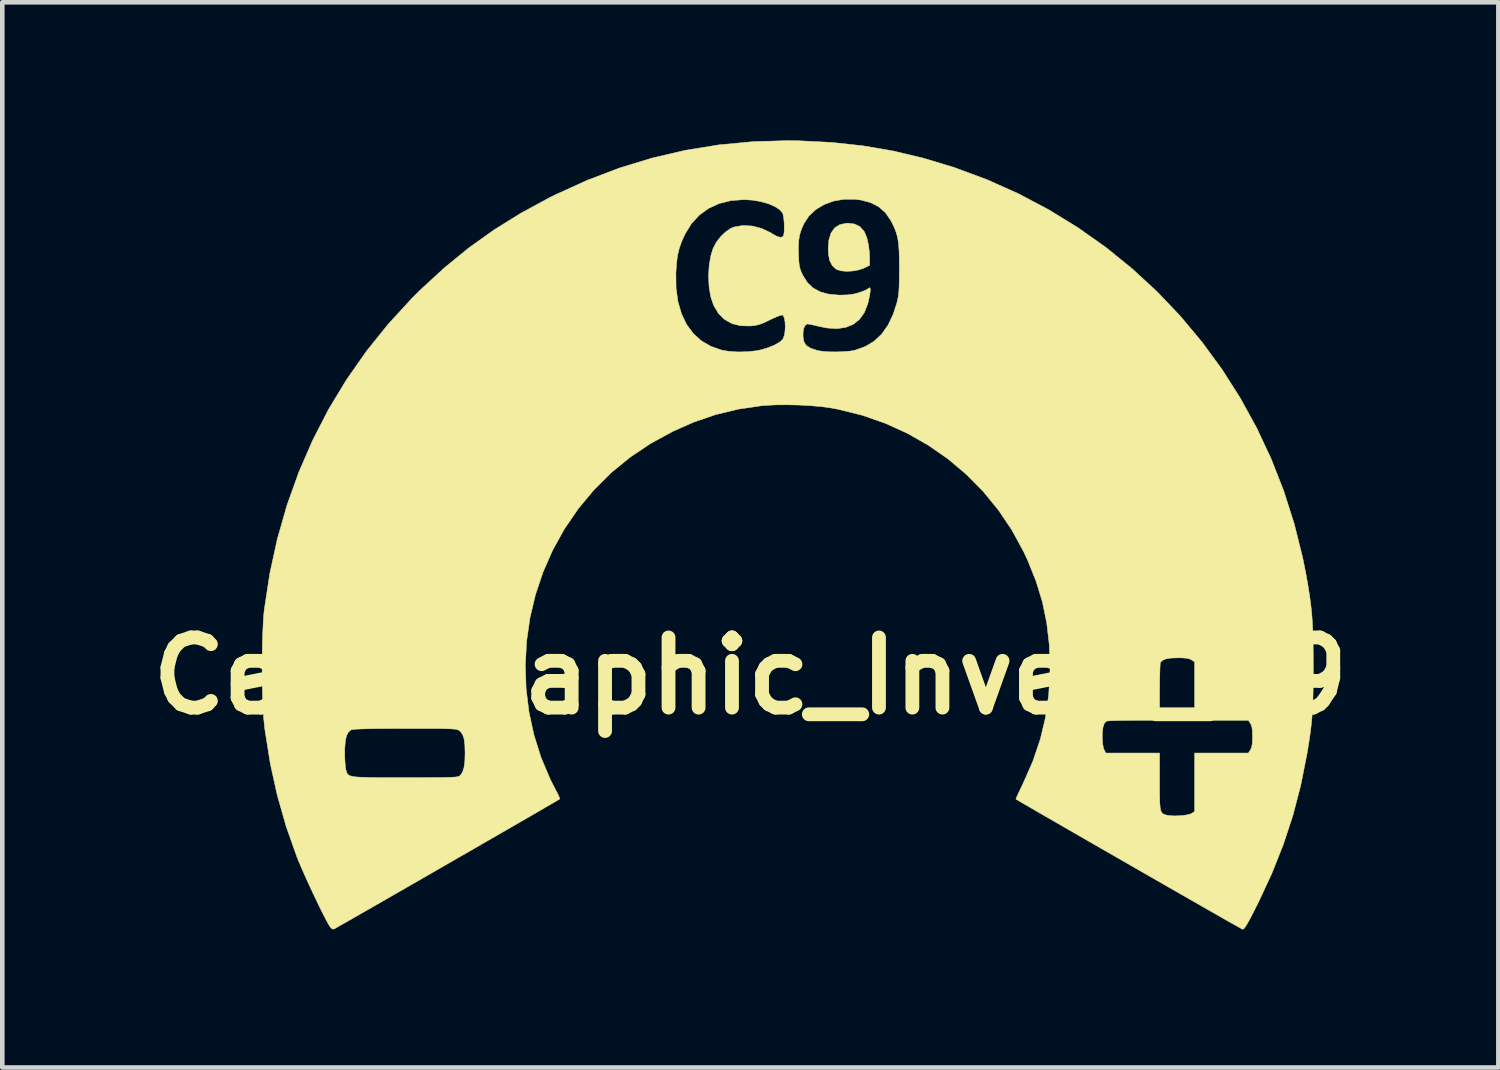
<source format=kicad_pcb>
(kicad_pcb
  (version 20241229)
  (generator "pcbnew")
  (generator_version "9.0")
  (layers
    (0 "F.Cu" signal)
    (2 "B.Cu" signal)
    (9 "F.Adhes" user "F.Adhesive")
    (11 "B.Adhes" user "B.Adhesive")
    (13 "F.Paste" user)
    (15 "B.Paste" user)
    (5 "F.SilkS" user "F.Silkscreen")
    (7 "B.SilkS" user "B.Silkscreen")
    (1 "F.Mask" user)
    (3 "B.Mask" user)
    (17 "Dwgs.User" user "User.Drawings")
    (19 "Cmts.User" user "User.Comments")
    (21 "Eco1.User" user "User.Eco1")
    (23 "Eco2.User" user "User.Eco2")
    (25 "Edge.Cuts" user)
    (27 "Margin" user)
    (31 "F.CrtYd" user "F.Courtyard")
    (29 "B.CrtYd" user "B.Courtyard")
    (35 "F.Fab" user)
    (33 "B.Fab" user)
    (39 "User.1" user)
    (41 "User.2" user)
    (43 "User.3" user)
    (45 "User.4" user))
  (footprint "Cell_Graphic_Invert_C9"
    (layer "F.Cu")
    (at 13.252 11.634)
    (property "Reference" "Cell_Graphic_Invert_C9" (at 0 0 0) (layer "F.SilkS") (effects (font (size 1.524 1.524) (thickness 0.3))))
    (attr through_hole)
    (fp_poly (pts (xy 2.265 -9.817) (xy 2.38 -9.76) (xy 2.468 -9.661) (xy 2.481 -9.639) (xy 2.529 -9.524) (xy 2.564 -9.373) (xy 2.586 -9.202) (xy 2.591 -9.074) (xy 2.591 -8.92) (xy 2.47 -8.861) (xy 2.358 -8.821) (xy 2.227 -8.797) (xy 2.093 -8.789) (xy 1.971 -8.8) (xy 1.878 -8.828) (xy 1.865 -8.835) (xy 1.781 -8.911) (xy 1.725 -9.018) (xy 1.696 -9.162) (xy 1.691 -9.284) (xy 1.706 -9.472) (xy 1.753 -9.622) (xy 1.832 -9.733) (xy 1.942 -9.803) (xy 2.084 -9.834) (xy 2.119 -9.835) (xy 2.265 -9.817)) (stroke (width 0.01) (type solid)) (fill yes) (layer "F.SilkS"))
    (fp_poly (pts (xy 1.067 -11.625) (xy 1.768 -11.59) (xy 2.444 -11.517) (xy 3.103 -11.404) (xy 3.755 -11.249) (xy 4.409 -11.052) (xy 4.42 -11.049) (xy 5.134 -10.784) (xy 5.822 -10.477) (xy 6.484 -10.127) (xy 7.118 -9.738) (xy 7.722 -9.311) (xy 8.294 -8.847) (xy 8.835 -8.349) (xy 9.341 -7.817) (xy 9.812 -7.253) (xy 10.247 -6.659) (xy 10.643 -6.037) (xy 10.999 -5.389) (xy 11.315 -4.715) (xy 11.588 -4.018) (xy 11.817 -3.299) (xy 12.001 -2.56) (xy 12.076 -2.184) (xy 12.116 -1.954) (xy 12.149 -1.746) (xy 12.175 -1.552) (xy 12.195 -1.362) (xy 12.21 -1.166) (xy 12.22 -0.954) (xy 12.226 -0.718) (xy 12.229 -0.448) (xy 12.23 -0.216) (xy 12.229 0.075) (xy 12.226 0.324) (xy 12.221 0.541) (xy 12.212 0.734) (xy 12.2 0.914) (xy 12.182 1.089) (xy 12.16 1.268) (xy 12.131 1.462) (xy 12.096 1.678) (xy 12.089 1.714) (xy 11.956 2.383) (xy 11.788 3.028) (xy 11.581 3.658) (xy 11.333 4.284) (xy 11.039 4.916) (xy 11.016 4.961) (xy 10.927 5.138) (xy 10.857 5.273) (xy 10.803 5.373) (xy 10.762 5.44) (xy 10.732 5.482) (xy 10.709 5.501) (xy 10.691 5.504) (xy 10.691 5.504) (xy 10.665 5.49) (xy 10.599 5.453) (xy 10.496 5.395) (xy 10.359 5.318) (xy 10.192 5.222) (xy 9.998 5.112) (xy 9.78 4.987) (xy 9.543 4.852) (xy 9.289 4.706) (xy 9.022 4.553) (xy 8.745 4.394) (xy 8.462 4.232) (xy 8.177 4.068) (xy 7.892 3.904) (xy 7.611 3.743) (xy 7.337 3.585) (xy 7.075 3.434) (xy 6.827 3.291) (xy 6.596 3.158) (xy 6.387 3.038) (xy 6.203 2.931) (xy 6.046 2.84) (xy 5.922 2.768) (xy 5.832 2.715) (xy 5.781 2.685) (xy 5.77 2.678) (xy 5.777 2.654) (xy 5.804 2.593) (xy 5.846 2.502) (xy 5.899 2.39) (xy 5.927 2.332) (xy 6.136 1.857) (xy 6.297 1.383) (xy 6.312 1.32) (xy 7.645 1.32) (xy 7.652 1.468) (xy 7.672 1.572) (xy 7.684 1.601) (xy 7.723 1.676) (xy 8.89 1.676) (xy 8.89 2.294) (xy 8.89 2.498) (xy 8.892 2.657) (xy 8.896 2.778) (xy 8.904 2.866) (xy 8.917 2.927) (xy 8.936 2.968) (xy 8.962 2.994) (xy 8.996 3.011) (xy 9.03 3.022) (xy 9.112 3.037) (xy 9.22 3.042) (xy 9.338 3.038) (xy 9.451 3.026) (xy 9.541 3.007) (xy 9.586 2.989) (xy 9.652 2.945) (xy 9.652 1.676) (xy 10.819 1.676) (xy 10.864 1.608) (xy 10.889 1.555) (xy 10.903 1.482) (xy 10.909 1.376) (xy 10.909 1.321) (xy 10.906 1.198) (xy 10.896 1.113) (xy 10.876 1.053) (xy 10.864 1.034) (xy 10.819 0.965) (xy 9.652 0.965) (xy 9.652 -0.304) (xy 9.585 -0.348) (xy 9.534 -0.371) (xy 9.463 -0.385) (xy 9.36 -0.392) (xy 9.286 -0.392) (xy 9.132 -0.387) (xy 9.021 -0.367) (xy 8.947 -0.333) (xy 8.909 -0.295) (xy 8.904 -0.262) (xy 8.9 -0.187) (xy 8.896 -0.075) (xy 8.893 0.066) (xy 8.891 0.228) (xy 8.89 0.349) (xy 8.89 0.965) (xy 8.325 0.966) (xy 8.159 0.967) (xy 8.011 0.969) (xy 7.886 0.972) (xy 7.794 0.977) (xy 7.741 0.982) (xy 7.732 0.985) (xy 7.688 1.035) (xy 7.66 1.12) (xy 7.647 1.246) (xy 7.645 1.32) (xy 6.312 1.32) (xy 6.412 0.902) (xy 6.482 0.408) (xy 6.51 -0.109) (xy 6.51 -0.178) (xy 6.494 -0.677) (xy 6.439 -1.149) (xy 6.345 -1.605) (xy 6.208 -2.054) (xy 6.027 -2.506) (xy 5.934 -2.705) (xy 5.681 -3.169) (xy 5.388 -3.604) (xy 5.058 -4.007) (xy 4.692 -4.378) (xy 4.295 -4.713) (xy 3.867 -5.01) (xy 3.412 -5.269) (xy 2.933 -5.487) (xy 2.432 -5.662) (xy 1.911 -5.791) (xy 1.765 -5.819) (xy 1.561 -5.848) (xy 1.322 -5.869) (xy 1.064 -5.884) (xy 0.801 -5.89) (xy 0.55 -5.888) (xy 0.325 -5.876) (xy 0.25 -5.87) (xy -0.262 -5.795) (xy -0.754 -5.676) (xy -1.234 -5.512) (xy -1.689 -5.31) (xy -2.17 -5.047) (xy -2.614 -4.749) (xy -3.023 -4.415) (xy -3.396 -4.044) (xy -3.735 -3.637) (xy -4.04 -3.192) (xy -4.044 -3.185) (xy -4.297 -2.728) (xy -4.505 -2.253) (xy -4.669 -1.763) (xy -4.788 -1.261) (xy -4.861 -0.752) (xy -4.889 -0.239) (xy -4.872 0.274) (xy -4.81 0.782) (xy -4.702 1.283) (xy -4.548 1.772) (xy -4.348 2.246) (xy -4.221 2.494) (xy -4.178 2.576) (xy -4.15 2.639) (xy -4.14 2.672) (xy -4.141 2.674) (xy -4.165 2.689) (xy -4.23 2.728) (xy -4.333 2.787) (xy -4.469 2.866) (xy -4.635 2.963) (xy -4.829 3.075) (xy -5.045 3.2) (xy -5.282 3.337) (xy -5.535 3.483) (xy -5.802 3.636) (xy -6.078 3.796) (xy -6.36 3.958) (xy -6.645 4.122) (xy -6.93 4.286) (xy -7.211 4.448) (xy -7.484 4.605) (xy -7.746 4.755) (xy -7.993 4.898) (xy -8.223 5.03) (xy -8.432 5.149) (xy -8.616 5.255) (xy -8.772 5.344) (xy -8.897 5.415) (xy -8.986 5.466) (xy -9.037 5.494) (xy -9.048 5.5) (xy -9.088 5.497) (xy -9.131 5.452) (xy -9.144 5.432) (xy -9.192 5.348) (xy -9.256 5.226) (xy -9.332 5.075) (xy -9.416 4.903) (xy -9.504 4.718) (xy -9.592 4.529) (xy -9.676 4.345) (xy -9.751 4.174) (xy -9.814 4.025) (xy -9.85 3.937) (xy -10.085 3.271) (xy -10.277 2.597) (xy -10.43 1.906) (xy -10.467 1.671) (xy -8.814 1.671) (xy -8.811 1.794) (xy -8.804 1.909) (xy -8.795 1.999) (xy -8.787 2.038) (xy -8.776 2.077) (xy -8.765 2.11) (xy -8.748 2.137) (xy -8.722 2.158) (xy -8.682 2.175) (xy -8.623 2.188) (xy -8.542 2.197) (xy -8.434 2.203) (xy -8.295 2.207) (xy -8.121 2.209) (xy -7.906 2.21) (xy -7.647 2.21) (xy -7.5 2.21) (xy -7.228 2.21) (xy -7.002 2.209) (xy -6.818 2.209) (xy -6.672 2.207) (xy -6.557 2.205) (xy -6.471 2.201) (xy -6.409 2.197) (xy -6.365 2.191) (xy -6.336 2.183) (xy -6.317 2.174) (xy -6.303 2.163) (xy -6.301 2.161) (xy -6.253 2.091) (xy -6.221 1.989) (xy -6.203 1.849) (xy -6.198 1.676) (xy -6.203 1.506) (xy -6.218 1.378) (xy -6.247 1.285) (xy -6.29 1.219) (xy -6.316 1.195) (xy -6.334 1.182) (xy -6.354 1.172) (xy -6.382 1.164) (xy -6.423 1.157) (xy -6.481 1.152) (xy -6.561 1.149) (xy -6.668 1.146) (xy -6.806 1.144) (xy -6.98 1.143) (xy -7.195 1.143) (xy -7.455 1.143) (xy -7.495 1.143) (xy -7.8 1.144) (xy -8.057 1.145) (xy -8.266 1.148) (xy -8.43 1.152) (xy -8.551 1.157) (xy -8.631 1.164) (xy -8.67 1.171) (xy -8.672 1.172) (xy -8.73 1.218) (xy -8.773 1.296) (xy -8.799 1.413) (xy -8.812 1.571) (xy -8.814 1.671) (xy -10.467 1.671) (xy -10.544 1.189) (xy -10.559 1.067) (xy -10.576 0.894) (xy -10.589 0.679) (xy -10.598 0.434) (xy -10.604 0.166) (xy -10.607 -0.114) (xy -10.606 -0.396) (xy -10.602 -0.671) (xy -10.594 -0.93) (xy -10.583 -1.163) (xy -10.569 -1.359) (xy -10.559 -1.448) (xy -10.441 -2.223) (xy -10.276 -2.979) (xy -10.065 -3.715) (xy -9.809 -4.429) (xy -9.509 -5.12) (xy -9.165 -5.788) (xy -8.777 -6.43) (xy -8.347 -7.046) (xy -7.874 -7.635) (xy -7.36 -8.196) (xy -7.16 -8.395) (xy -6.773 -8.75) (xy -1.618 -8.75) (xy -1.614 -8.425) (xy -1.573 -8.13) (xy -1.496 -7.866) (xy -1.385 -7.635) (xy -1.241 -7.439) (xy -1.064 -7.279) (xy -0.855 -7.158) (xy -0.616 -7.075) (xy -0.615 -7.075) (xy -0.452 -7.049) (xy -0.261 -7.038) (xy -0.062 -7.043) (xy 0.126 -7.063) (xy 0.239 -7.086) (xy 0.389 -7.132) (xy 0.521 -7.186) (xy 0.627 -7.245) (xy 0.696 -7.302) (xy 0.706 -7.317) (xy 0.735 -7.388) (xy 0.752 -7.482) (xy 0.758 -7.587) (xy 0.753 -7.689) (xy 0.738 -7.774) (xy 0.712 -7.829) (xy 0.696 -7.84) (xy 0.66 -7.835) (xy 0.589 -7.81) (xy 0.497 -7.77) (xy 0.425 -7.736) (xy 0.305 -7.677) (xy 0.21 -7.64) (xy 0.124 -7.617) (xy 0.028 -7.605) (xy -0.001 -7.602) (xy -0.215 -7.607) (xy -0.403 -7.655) (xy -0.563 -7.745) (xy -0.695 -7.877) (xy -0.797 -8.05) (xy -0.799 -8.053) (xy -0.861 -8.239) (xy -0.897 -8.454) (xy -0.909 -8.686) (xy -0.895 -8.919) (xy -0.855 -9.141) (xy -0.811 -9.284) (xy -0.807 -9.292) (xy 1.043 -9.292) (xy 1.046 -9.159) (xy 1.052 -9.028) (xy 1.061 -8.932) (xy 1.076 -8.858) (xy 1.099 -8.79) (xy 1.135 -8.712) (xy 1.14 -8.702) (xy 1.237 -8.547) (xy 1.36 -8.429) (xy 1.513 -8.345) (xy 1.7 -8.294) (xy 1.924 -8.273) (xy 1.968 -8.273) (xy 2.122 -8.278) (xy 2.251 -8.296) (xy 2.368 -8.329) (xy 2.455 -8.36) (xy 2.521 -8.389) (xy 2.553 -8.409) (xy 2.554 -8.409) (xy 2.587 -8.432) (xy 2.593 -8.433) (xy 2.605 -8.41) (xy 2.603 -8.347) (xy 2.589 -8.254) (xy 2.564 -8.138) (xy 2.549 -8.08) (xy 2.476 -7.893) (xy 2.371 -7.746) (xy 2.236 -7.638) (xy 2.071 -7.571) (xy 1.878 -7.544) (xy 1.658 -7.559) (xy 1.498 -7.592) (xy 1.396 -7.616) (xy 1.308 -7.635) (xy 1.25 -7.645) (xy 1.239 -7.645) (xy 1.195 -7.622) (xy 1.164 -7.562) (xy 1.146 -7.476) (xy 1.144 -7.376) (xy 1.161 -7.275) (xy 1.17 -7.246) (xy 1.218 -7.176) (xy 1.312 -7.118) (xy 1.454 -7.071) (xy 1.486 -7.064) (xy 1.592 -7.048) (xy 1.731 -7.04) (xy 1.886 -7.039) (xy 2.039 -7.045) (xy 2.175 -7.057) (xy 2.268 -7.074) (xy 2.493 -7.154) (xy 2.687 -7.27) (xy 2.852 -7.424) (xy 2.99 -7.619) (xy 3.102 -7.856) (xy 3.179 -8.09) (xy 3.198 -8.164) (xy 3.213 -8.236) (xy 3.223 -8.315) (xy 3.23 -8.41) (xy 3.234 -8.529) (xy 3.236 -8.682) (xy 3.237 -8.839) (xy 3.236 -9.058) (xy 3.231 -9.234) (xy 3.221 -9.379) (xy 3.203 -9.5) (xy 3.177 -9.607) (xy 3.14 -9.709) (xy 3.092 -9.816) (xy 3.054 -9.889) (xy 2.94 -10.057) (xy 2.794 -10.188) (xy 2.614 -10.282) (xy 2.399 -10.339) (xy 2.275 -10.354) (xy 2.035 -10.355) (xy 1.809 -10.316) (xy 1.602 -10.24) (xy 1.422 -10.132) (xy 1.273 -9.992) (xy 1.163 -9.826) (xy 1.162 -9.823) (xy 1.106 -9.695) (xy 1.069 -9.574) (xy 1.049 -9.445) (xy 1.043 -9.292) (xy -0.807 -9.292) (xy -0.744 -9.414) (xy -0.649 -9.539) (xy -0.537 -9.647) (xy -0.421 -9.725) (xy -0.356 -9.752) (xy -0.164 -9.785) (xy 0.04 -9.774) (xy 0.245 -9.721) (xy 0.439 -9.629) (xy 0.483 -9.601) (xy 0.583 -9.546) (xy 0.66 -9.527) (xy 0.709 -9.546) (xy 0.721 -9.565) (xy 0.733 -9.629) (xy 0.737 -9.723) (xy 0.735 -9.832) (xy 0.726 -9.937) (xy 0.712 -10.02) (xy 0.7 -10.055) (xy 0.637 -10.13) (xy 0.531 -10.198) (xy 0.392 -10.258) (xy 0.23 -10.304) (xy 0.052 -10.335) (xy -0.132 -10.347) (xy -0.14 -10.347) (xy -0.421 -10.326) (xy -0.678 -10.262) (xy -0.908 -10.157) (xy -1.109 -10.011) (xy -1.28 -9.826) (xy -1.417 -9.602) (xy -1.422 -9.593) (xy -1.494 -9.433) (xy -1.546 -9.285) (xy -1.582 -9.133) (xy -1.604 -8.962) (xy -1.618 -8.756) (xy -1.618 -8.75) (xy -6.773 -8.75) (xy -6.643 -8.87) (xy -6.114 -9.301) (xy -5.563 -9.694) (xy -4.983 -10.054) (xy -4.367 -10.388) (xy -4.245 -10.449) (xy -3.548 -10.766) (xy -2.845 -11.034) (xy -2.134 -11.251) (xy -1.414 -11.419) (xy -0.683 -11.537) (xy 0.061 -11.607) (xy 0.819 -11.629) (xy 1.067 -11.625)) (stroke (width 0.01) (type solid)) (fill yes) (layer "F.SilkS")))
  (gr_rect
    (start -3 -3)
    (end 29.503 20.142)
    (stroke (width 0.1) (type default))
    (fill no)
    (layer "Edge.Cuts")))
</source>
